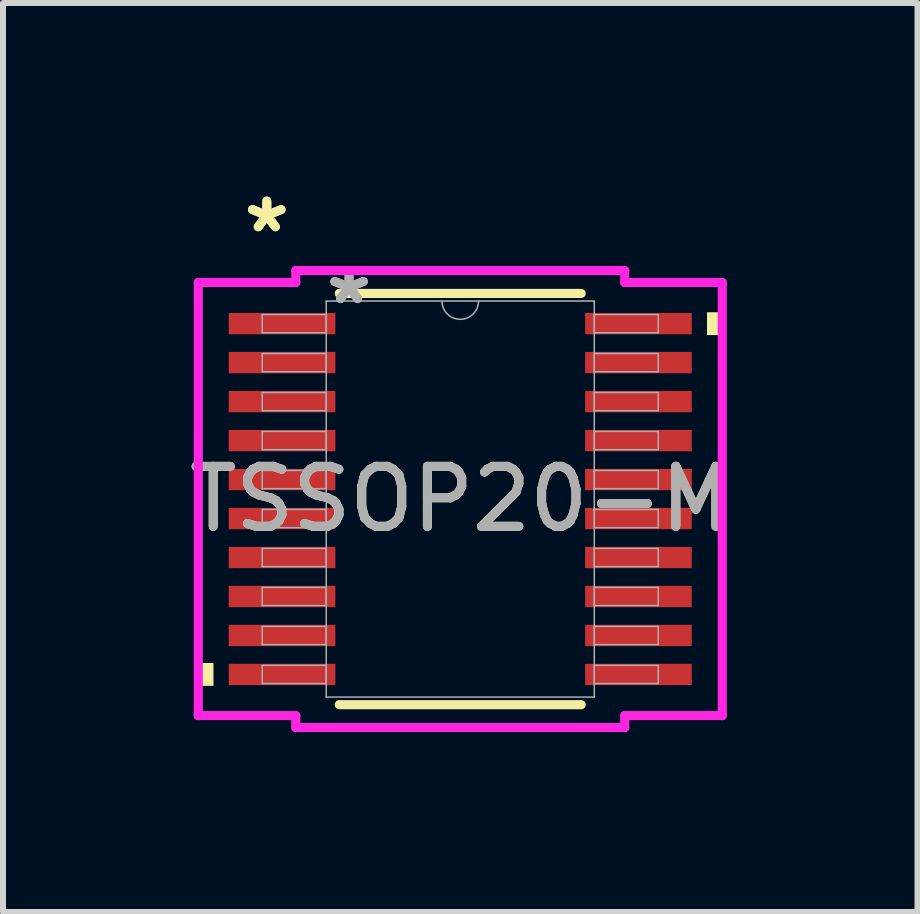
<source format=kicad_pcb>
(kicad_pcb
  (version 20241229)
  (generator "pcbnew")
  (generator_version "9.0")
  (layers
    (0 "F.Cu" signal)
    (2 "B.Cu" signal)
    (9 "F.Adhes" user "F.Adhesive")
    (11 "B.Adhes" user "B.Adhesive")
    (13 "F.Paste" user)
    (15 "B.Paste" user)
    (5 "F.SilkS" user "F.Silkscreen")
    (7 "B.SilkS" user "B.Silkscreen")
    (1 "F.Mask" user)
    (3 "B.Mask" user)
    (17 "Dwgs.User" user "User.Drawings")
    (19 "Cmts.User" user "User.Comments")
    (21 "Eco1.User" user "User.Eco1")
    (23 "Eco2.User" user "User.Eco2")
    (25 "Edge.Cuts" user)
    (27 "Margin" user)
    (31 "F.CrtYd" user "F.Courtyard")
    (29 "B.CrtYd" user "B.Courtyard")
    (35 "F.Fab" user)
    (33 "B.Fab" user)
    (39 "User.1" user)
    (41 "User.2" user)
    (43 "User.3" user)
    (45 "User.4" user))
  (footprint "TSSOP20-M"
    (layer "F.Cu")
    (at 4.625 5.272)
    (property "Reference" "TSSOP20-M" (at 0 0 0) (unlocked yes) (layer "F.SilkS") (effects (font (size 1 1) (thickness 0.15))))
    (attr smd)
    (fp_line (start -2.017 3.429) (end 2.017 3.429) (stroke (width 0.152) (type solid)) (layer "F.SilkS"))
    (fp_line (start 2.017 -3.429) (end -2.017 -3.429) (stroke (width 0.152) (type solid)) (layer "F.SilkS"))
    (fp_poly (pts (xy -4.369 2.734) (xy -4.369 3.115) (xy -4.115 3.115) (xy -4.115 2.734)) (stroke (width 0) (type solid)) (fill yes) (layer "F.SilkS"))
    (fp_poly (pts (xy 4.369 -3.115) (xy 4.369 -2.734) (xy 4.115 -2.734) (xy 4.115 -3.115)) (stroke (width 0) (type solid)) (fill yes) (layer "F.SilkS"))
    (fp_line (start -4.369 -3.611) (end -2.743 -3.611) (stroke (width 0.152) (type solid)) (layer "F.CrtYd"))
    (fp_line (start -4.369 3.611) (end -4.369 -3.611) (stroke (width 0.152) (type solid)) (layer "F.CrtYd"))
    (fp_line (start -4.369 3.611) (end -2.743 3.611) (stroke (width 0.152) (type solid)) (layer "F.CrtYd"))
    (fp_line (start -2.743 -3.81) (end 2.743 -3.81) (stroke (width 0.152) (type solid)) (layer "F.CrtYd"))
    (fp_line (start -2.743 -3.611) (end -2.743 -3.81) (stroke (width 0.152) (type solid)) (layer "F.CrtYd"))
    (fp_line (start -2.743 3.81) (end -2.743 3.611) (stroke (width 0.152) (type solid)) (layer "F.CrtYd"))
    (fp_line (start 2.743 -3.81) (end 2.743 -3.611) (stroke (width 0.152) (type solid)) (layer "F.CrtYd"))
    (fp_line (start 2.743 3.611) (end 2.743 3.81) (stroke (width 0.152) (type solid)) (layer "F.CrtYd"))
    (fp_line (start 2.743 3.81) (end -2.743 3.81) (stroke (width 0.152) (type solid)) (layer "F.CrtYd"))
    (fp_line (start 4.369 -3.611) (end 2.743 -3.611) (stroke (width 0.152) (type solid)) (layer "F.CrtYd"))
    (fp_line (start 4.369 -3.611) (end 4.369 3.611) (stroke (width 0.152) (type solid)) (layer "F.CrtYd"))
    (fp_line (start 4.369 3.611) (end 2.743 3.611) (stroke (width 0.152) (type solid)) (layer "F.CrtYd"))
    (fp_line (start -3.302 -3.077) (end -3.302 -2.773) (stroke (width 0.025) (type solid)) (layer "F.Fab"))
    (fp_line (start -3.302 -2.773) (end -2.235 -2.773) (stroke (width 0.025) (type solid)) (layer "F.Fab"))
    (fp_line (start -3.302 -2.427) (end -3.302 -2.123) (stroke (width 0.025) (type solid)) (layer "F.Fab"))
    (fp_line (start -3.302 -2.123) (end -2.235 -2.123) (stroke (width 0.025) (type solid)) (layer "F.Fab"))
    (fp_line (start -3.302 -1.777) (end -3.302 -1.473) (stroke (width 0.025) (type solid)) (layer "F.Fab"))
    (fp_line (start -3.302 -1.473) (end -2.235 -1.473) (stroke (width 0.025) (type solid)) (layer "F.Fab"))
    (fp_line (start -3.302 -1.127) (end -3.302 -0.823) (stroke (width 0.025) (type solid)) (layer "F.Fab"))
    (fp_line (start -3.302 -0.823) (end -2.235 -0.823) (stroke (width 0.025) (type solid)) (layer "F.Fab"))
    (fp_line (start -3.302 -0.477) (end -3.302 -0.173) (stroke (width 0.025) (type solid)) (layer "F.Fab"))
    (fp_line (start -3.302 -0.173) (end -2.235 -0.173) (stroke (width 0.025) (type solid)) (layer "F.Fab"))
    (fp_line (start -3.302 0.173) (end -3.302 0.477) (stroke (width 0.025) (type solid)) (layer "F.Fab"))
    (fp_line (start -3.302 0.477) (end -2.235 0.477) (stroke (width 0.025) (type solid)) (layer "F.Fab"))
    (fp_line (start -3.302 0.823) (end -3.302 1.127) (stroke (width 0.025) (type solid)) (layer "F.Fab"))
    (fp_line (start -3.302 1.127) (end -2.235 1.127) (stroke (width 0.025) (type solid)) (layer "F.Fab"))
    (fp_line (start -3.302 1.473) (end -3.302 1.777) (stroke (width 0.025) (type solid)) (layer "F.Fab"))
    (fp_line (start -3.302 1.777) (end -2.235 1.777) (stroke (width 0.025) (type solid)) (layer "F.Fab"))
    (fp_line (start -3.302 2.123) (end -3.302 2.427) (stroke (width 0.025) (type solid)) (layer "F.Fab"))
    (fp_line (start -3.302 2.427) (end -2.235 2.427) (stroke (width 0.025) (type solid)) (layer "F.Fab"))
    (fp_line (start -3.302 2.773) (end -3.302 3.077) (stroke (width 0.025) (type solid)) (layer "F.Fab"))
    (fp_line (start -3.302 3.077) (end -2.235 3.077) (stroke (width 0.025) (type solid)) (layer "F.Fab"))
    (fp_line (start -2.235 -3.302) (end -2.235 3.302) (stroke (width 0.025) (type solid)) (layer "F.Fab"))
    (fp_line (start -2.235 -3.077) (end -3.302 -3.077) (stroke (width 0.025) (type solid)) (layer "F.Fab"))
    (fp_line (start -2.235 -2.773) (end -2.235 -3.077) (stroke (width 0.025) (type solid)) (layer "F.Fab"))
    (fp_line (start -2.235 -2.427) (end -3.302 -2.427) (stroke (width 0.025) (type solid)) (layer "F.Fab"))
    (fp_line (start -2.235 -2.123) (end -2.235 -2.427) (stroke (width 0.025) (type solid)) (layer "F.Fab"))
    (fp_line (start -2.235 -1.777) (end -3.302 -1.777) (stroke (width 0.025) (type solid)) (layer "F.Fab"))
    (fp_line (start -2.235 -1.473) (end -2.235 -1.777) (stroke (width 0.025) (type solid)) (layer "F.Fab"))
    (fp_line (start -2.235 -1.127) (end -3.302 -1.127) (stroke (width 0.025) (type solid)) (layer "F.Fab"))
    (fp_line (start -2.235 -0.823) (end -2.235 -1.127) (stroke (width 0.025) (type solid)) (layer "F.Fab"))
    (fp_line (start -2.235 -0.477) (end -3.302 -0.477) (stroke (width 0.025) (type solid)) (layer "F.Fab"))
    (fp_line (start -2.235 -0.173) (end -2.235 -0.477) (stroke (width 0.025) (type solid)) (layer "F.Fab"))
    (fp_line (start -2.235 0.173) (end -3.302 0.173) (stroke (width 0.025) (type solid)) (layer "F.Fab"))
    (fp_line (start -2.235 0.477) (end -2.235 0.173) (stroke (width 0.025) (type solid)) (layer "F.Fab"))
    (fp_line (start -2.235 0.823) (end -3.302 0.823) (stroke (width 0.025) (type solid)) (layer "F.Fab"))
    (fp_line (start -2.235 1.127) (end -2.235 0.823) (stroke (width 0.025) (type solid)) (layer "F.Fab"))
    (fp_line (start -2.235 1.473) (end -3.302 1.473) (stroke (width 0.025) (type solid)) (layer "F.Fab"))
    (fp_line (start -2.235 1.777) (end -2.235 1.473) (stroke (width 0.025) (type solid)) (layer "F.Fab"))
    (fp_line (start -2.235 2.123) (end -3.302 2.123) (stroke (width 0.025) (type solid)) (layer "F.Fab"))
    (fp_line (start -2.235 2.427) (end -2.235 2.123) (stroke (width 0.025) (type solid)) (layer "F.Fab"))
    (fp_line (start -2.235 2.773) (end -3.302 2.773) (stroke (width 0.025) (type solid)) (layer "F.Fab"))
    (fp_line (start -2.235 3.077) (end -2.235 2.773) (stroke (width 0.025) (type solid)) (layer "F.Fab"))
    (fp_line (start -2.235 3.302) (end 2.235 3.302) (stroke (width 0.025) (type solid)) (layer "F.Fab"))
    (fp_line (start 2.235 -3.302) (end -2.235 -3.302) (stroke (width 0.025) (type solid)) (layer "F.Fab"))
    (fp_line (start 2.235 -3.077) (end 2.235 -2.773) (stroke (width 0.025) (type solid)) (layer "F.Fab"))
    (fp_line (start 2.235 -2.773) (end 3.302 -2.773) (stroke (width 0.025) (type solid)) (layer "F.Fab"))
    (fp_line (start 2.235 -2.427) (end 2.235 -2.123) (stroke (width 0.025) (type solid)) (layer "F.Fab"))
    (fp_line (start 2.235 -2.123) (end 3.302 -2.123) (stroke (width 0.025) (type solid)) (layer "F.Fab"))
    (fp_line (start 2.235 -1.777) (end 2.235 -1.473) (stroke (width 0.025) (type solid)) (layer "F.Fab"))
    (fp_line (start 2.235 -1.473) (end 3.302 -1.473) (stroke (width 0.025) (type solid)) (layer "F.Fab"))
    (fp_line (start 2.235 -1.127) (end 2.235 -0.823) (stroke (width 0.025) (type solid)) (layer "F.Fab"))
    (fp_line (start 2.235 -0.823) (end 3.302 -0.823) (stroke (width 0.025) (type solid)) (layer "F.Fab"))
    (fp_line (start 2.235 -0.477) (end 2.235 -0.173) (stroke (width 0.025) (type solid)) (layer "F.Fab"))
    (fp_line (start 2.235 -0.173) (end 3.302 -0.173) (stroke (width 0.025) (type solid)) (layer "F.Fab"))
    (fp_line (start 2.235 0.173) (end 2.235 0.477) (stroke (width 0.025) (type solid)) (layer "F.Fab"))
    (fp_line (start 2.235 0.477) (end 3.302 0.477) (stroke (width 0.025) (type solid)) (layer "F.Fab"))
    (fp_line (start 2.235 0.823) (end 2.235 1.127) (stroke (width 0.025) (type solid)) (layer "F.Fab"))
    (fp_line (start 2.235 1.127) (end 3.302 1.127) (stroke (width 0.025) (type solid)) (layer "F.Fab"))
    (fp_line (start 2.235 1.473) (end 2.235 1.777) (stroke (width 0.025) (type solid)) (layer "F.Fab"))
    (fp_line (start 2.235 1.777) (end 3.302 1.777) (stroke (width 0.025) (type solid)) (layer "F.Fab"))
    (fp_line (start 2.235 2.123) (end 2.235 2.427) (stroke (width 0.025) (type solid)) (layer "F.Fab"))
    (fp_line (start 2.235 2.427) (end 3.302 2.427) (stroke (width 0.025) (type solid)) (layer "F.Fab"))
    (fp_line (start 2.235 2.773) (end 2.235 3.077) (stroke (width 0.025) (type solid)) (layer "F.Fab"))
    (fp_line (start 2.235 3.077) (end 3.302 3.077) (stroke (width 0.025) (type solid)) (layer "F.Fab"))
    (fp_line (start 2.235 3.302) (end 2.235 -3.302) (stroke (width 0.025) (type solid)) (layer "F.Fab"))
    (fp_line (start 3.302 -3.077) (end 2.235 -3.077) (stroke (width 0.025) (type solid)) (layer "F.Fab"))
    (fp_line (start 3.302 -2.773) (end 3.302 -3.077) (stroke (width 0.025) (type solid)) (layer "F.Fab"))
    (fp_line (start 3.302 -2.427) (end 2.235 -2.427) (stroke (width 0.025) (type solid)) (layer "F.Fab"))
    (fp_line (start 3.302 -2.123) (end 3.302 -2.427) (stroke (width 0.025) (type solid)) (layer "F.Fab"))
    (fp_line (start 3.302 -1.777) (end 2.235 -1.777) (stroke (width 0.025) (type solid)) (layer "F.Fab"))
    (fp_line (start 3.302 -1.473) (end 3.302 -1.777) (stroke (width 0.025) (type solid)) (layer "F.Fab"))
    (fp_line (start 3.302 -1.127) (end 2.235 -1.127) (stroke (width 0.025) (type solid)) (layer "F.Fab"))
    (fp_line (start 3.302 -0.823) (end 3.302 -1.127) (stroke (width 0.025) (type solid)) (layer "F.Fab"))
    (fp_line (start 3.302 -0.477) (end 2.235 -0.477) (stroke (width 0.025) (type solid)) (layer "F.Fab"))
    (fp_line (start 3.302 -0.173) (end 3.302 -0.477) (stroke (width 0.025) (type solid)) (layer "F.Fab"))
    (fp_line (start 3.302 0.173) (end 2.235 0.173) (stroke (width 0.025) (type solid)) (layer "F.Fab"))
    (fp_line (start 3.302 0.477) (end 3.302 0.173) (stroke (width 0.025) (type solid)) (layer "F.Fab"))
    (fp_line (start 3.302 0.823) (end 2.235 0.823) (stroke (width 0.025) (type solid)) (layer "F.Fab"))
    (fp_line (start 3.302 1.127) (end 3.302 0.823) (stroke (width 0.025) (type solid)) (layer "F.Fab"))
    (fp_line (start 3.302 1.473) (end 2.235 1.473) (stroke (width 0.025) (type solid)) (layer "F.Fab"))
    (fp_line (start 3.302 1.777) (end 3.302 1.473) (stroke (width 0.025) (type solid)) (layer "F.Fab"))
    (fp_line (start 3.302 2.123) (end 2.235 2.123) (stroke (width 0.025) (type solid)) (layer "F.Fab"))
    (fp_line (start 3.302 2.427) (end 3.302 2.123) (stroke (width 0.025) (type solid)) (layer "F.Fab"))
    (fp_line (start 3.302 2.773) (end 2.235 2.773) (stroke (width 0.025) (type solid)) (layer "F.Fab"))
    (fp_line (start 3.302 3.077) (end 3.302 2.773) (stroke (width 0.025) (type solid)) (layer "F.Fab"))
    (fp_arc (start 0.3048 -3.302) (mid 0 -2.9972) (end -0.3048 -3.302) (stroke (width 0.0254) (type solid)) (layer "F.Fab"))
    (fp_text user "*" (at -3.226 -4.424 0) (layer "F.SilkS") (effects (font (size 1 1) (thickness 0.15))))
    (fp_text user "*" (at -3.226 -4.424 0) (unlocked yes) (layer "F.SilkS") (effects (font (size 1 1) (thickness 0.15))))
    (fp_text user "*" (at -1.854 -3.226 0) (layer "F.Fab") (effects (font (size 1 1) (thickness 0.15))))
    (fp_text user "*" (at -1.854 -3.226 0) (unlocked yes) (layer "F.Fab") (effects (font (size 1 1) (thickness 0.15))))
    (fp_text user "${REFERENCE}" (at 0 0 0) (unlocked yes) (layer "F.Fab") (effects (font (size 1 1) (thickness 0.15))))
    (pad "1" smd rect (at -2.972 -2.925) (size 1.778 0.356) (layers "F.Cu" "F.Mask" "F.Paste"))
    (pad "2" smd rect (at -2.972 -2.275) (size 1.778 0.356) (layers "F.Cu" "F.Mask" "F.Paste"))
    (pad "3" smd rect (at -2.972 -1.625) (size 1.778 0.356) (layers "F.Cu" "F.Mask" "F.Paste"))
    (pad "4" smd rect (at -2.972 -0.975) (size 1.778 0.356) (layers "F.Cu" "F.Mask" "F.Paste"))
    (pad "5" smd rect (at -2.972 -0.325) (size 1.778 0.356) (layers "F.Cu" "F.Mask" "F.Paste"))
    (pad "6" smd rect (at -2.972 0.325) (size 1.778 0.356) (layers "F.Cu" "F.Mask" "F.Paste"))
    (pad "7" smd rect (at -2.972 0.975) (size 1.778 0.356) (layers "F.Cu" "F.Mask" "F.Paste"))
    (pad "8" smd rect (at -2.972 1.625) (size 1.778 0.356) (layers "F.Cu" "F.Mask" "F.Paste"))
    (pad "9" smd rect (at -2.972 2.275) (size 1.778 0.356) (layers "F.Cu" "F.Mask" "F.Paste"))
    (pad "10" smd rect (at -2.972 2.925) (size 1.778 0.356) (layers "F.Cu" "F.Mask" "F.Paste"))
    (pad "11" smd rect (at 2.972 2.925) (size 1.778 0.356) (layers "F.Cu" "F.Mask" "F.Paste"))
    (pad "12" smd rect (at 2.972 2.275) (size 1.778 0.356) (layers "F.Cu" "F.Mask" "F.Paste"))
    (pad "13" smd rect (at 2.972 1.625) (size 1.778 0.356) (layers "F.Cu" "F.Mask" "F.Paste"))
    (pad "14" smd rect (at 2.972 0.975) (size 1.778 0.356) (layers "F.Cu" "F.Mask" "F.Paste"))
    (pad "15" smd rect (at 2.972 0.325) (size 1.778 0.356) (layers "F.Cu" "F.Mask" "F.Paste"))
    (pad "16" smd rect (at 2.972 -0.325) (size 1.778 0.356) (layers "F.Cu" "F.Mask" "F.Paste"))
    (pad "17" smd rect (at 2.972 -0.975) (size 1.778 0.356) (layers "F.Cu" "F.Mask" "F.Paste"))
    (pad "18" smd rect (at 2.972 -1.625) (size 1.778 0.356) (layers "F.Cu" "F.Mask" "F.Paste"))
    (pad "19" smd rect (at 2.972 -2.275) (size 1.778 0.356) (layers "F.Cu" "F.Mask" "F.Paste"))
    (pad "20" smd rect (at 2.972 -2.925) (size 1.778 0.356) (layers "F.Cu" "F.Mask" "F.Paste")))
  (gr_rect
    (start -3 -3)
    (end 12.25 12.158)
    (stroke (width 0.1) (type default))
    (fill no)
    (layer "Edge.Cuts")))
</source>
